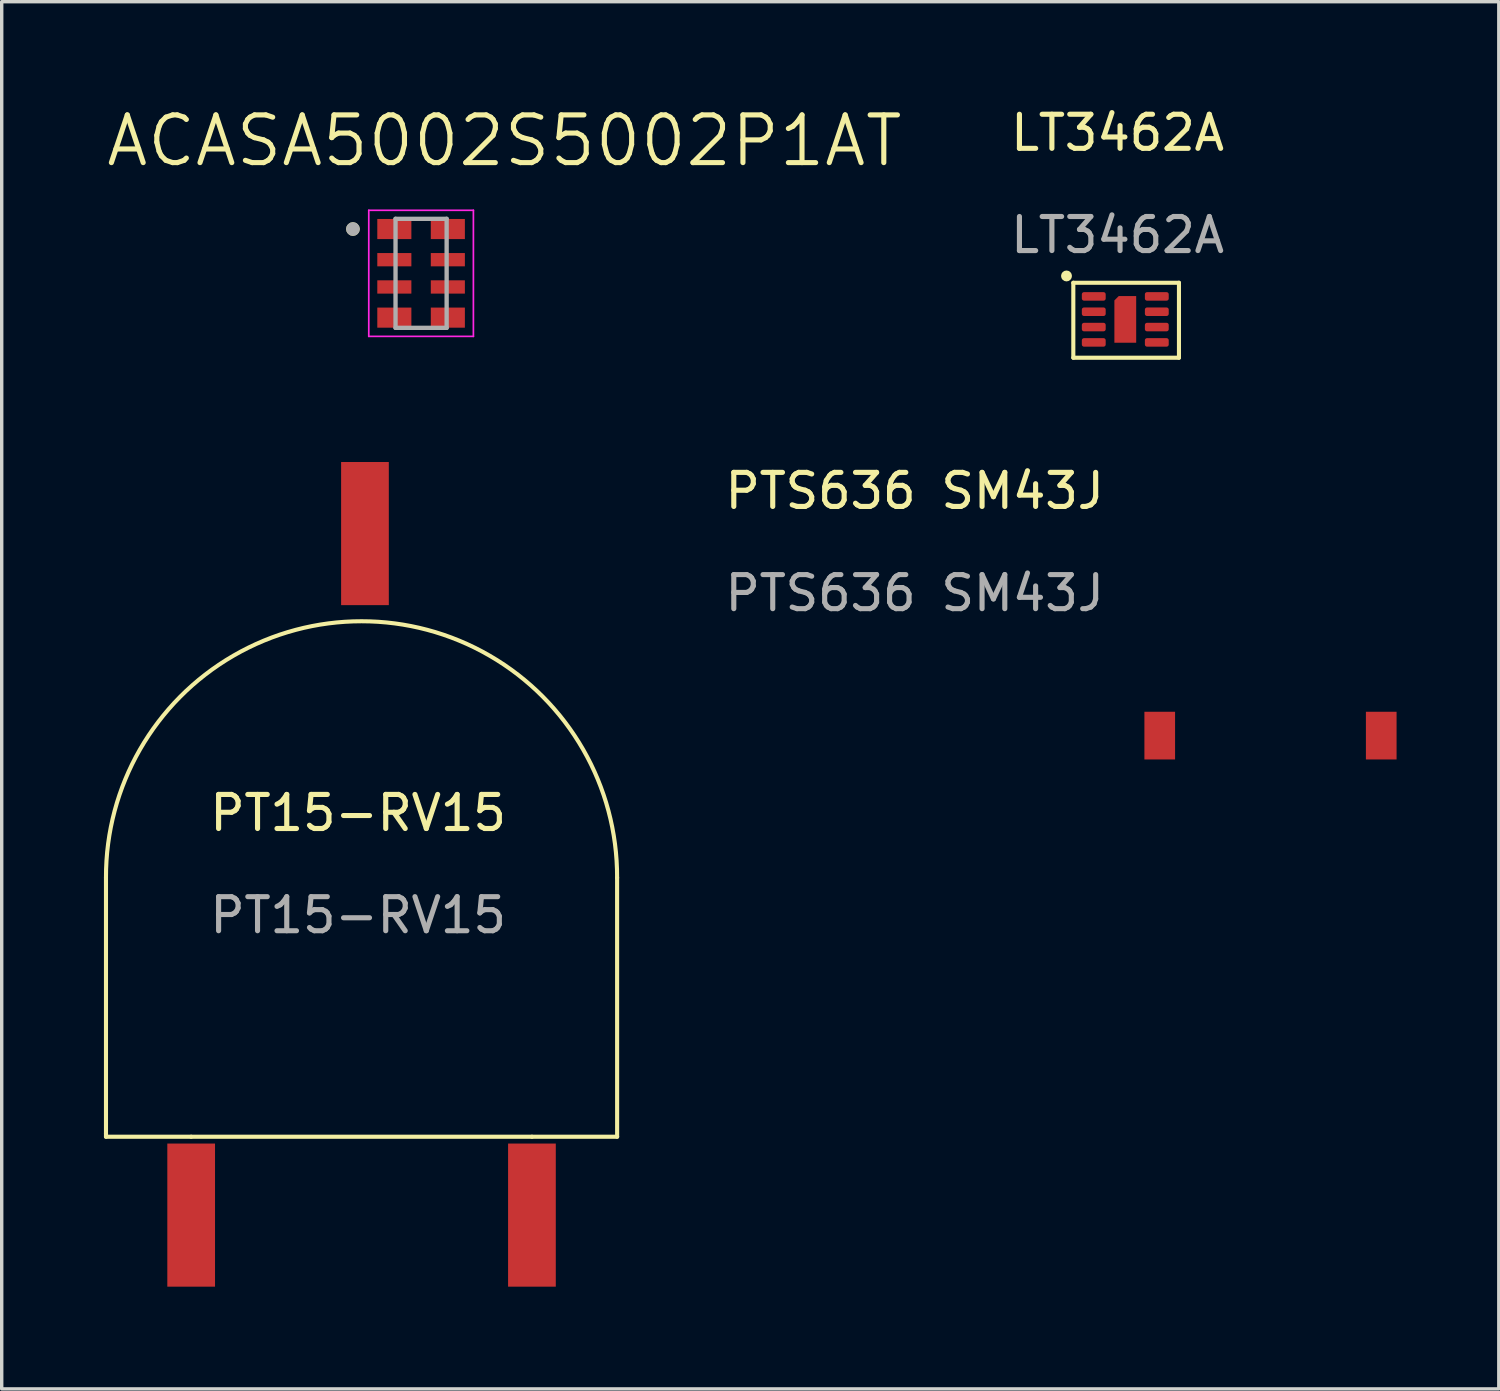
<source format=kicad_pcb>
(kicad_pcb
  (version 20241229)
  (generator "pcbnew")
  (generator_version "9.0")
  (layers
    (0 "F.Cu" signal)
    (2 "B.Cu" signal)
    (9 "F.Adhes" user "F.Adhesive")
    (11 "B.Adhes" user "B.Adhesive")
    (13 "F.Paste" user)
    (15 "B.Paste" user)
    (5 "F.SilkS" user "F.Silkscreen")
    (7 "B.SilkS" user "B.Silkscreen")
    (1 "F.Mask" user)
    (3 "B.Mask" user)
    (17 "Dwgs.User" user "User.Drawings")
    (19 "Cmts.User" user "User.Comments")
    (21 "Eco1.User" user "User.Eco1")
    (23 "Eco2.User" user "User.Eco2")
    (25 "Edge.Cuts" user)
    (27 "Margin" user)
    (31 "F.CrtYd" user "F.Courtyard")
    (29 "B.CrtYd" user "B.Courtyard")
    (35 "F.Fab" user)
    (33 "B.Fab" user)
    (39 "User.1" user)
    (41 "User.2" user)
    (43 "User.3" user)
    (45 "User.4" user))
  (footprint "PTS636 SM43J"
    (layer "F.Cu")
    (at 30.983 18.537)
    (property "Reference" "PTS636 SM43J" (at -7.19 -7.18 0) (unlocked yes) (layer "F.SilkS") (effects (font (size 1 1) (thickness 0.15))))
    (attr smd)
    (fp_text user "${REFERENCE}" (at -7.19 -4.18 0) (unlocked yes) (layer "F.Fab") (effects (font (size 1 1) (thickness 0.15))))
    (pad "1" smd rect (at 0 0) (size 0.9 1.4) (layers "F.Cu" "F.Mask" "F.Paste"))
    (pad "2" smd rect (at 6.5 0) (size 0.9 1.4) (layers "F.Cu" "F.Mask" "F.Paste"))
    (zone (net_name "") (layer "F.Cu") (hatch edge 0.508) (connect_pads) (min_thickness 0.254) (filled_areas_thickness no) (keepout (tracks not_allowed) (vias not_allowed) (pads not_allowed) (copperpour allowed) (footprints allowed)) (placement (enabled no)) (fill) (polygon (pts (xy 37.483 20.337) (xy 30.983 20.337) (xy 30.983 16.736) (xy 37.483 16.736)))))
  (footprint "PT15-RV15"
    (layer "F.Cu")
    (at 7.56 22.708)
    (property "Reference" "PT15-RV15" (at -0.1 -1.9 0) (unlocked yes) (layer "F.SilkS") (effects (font (size 1 1) (thickness 0.15))))
    (fp_line (start -7.5 0) (end -7.5 7.5) (stroke (width 0.12) (type solid)) (layer "F.SilkS"))
    (fp_line (start -7.5 7.5) (end -7.5 7.6) (stroke (width 0.12) (type solid)) (layer "F.SilkS"))
    (fp_line (start -5 7.6) (end -7.5 7.6) (stroke (width 0.12) (type solid)) (layer "F.SilkS"))
    (fp_line (start -5 7.6) (end 5 7.6) (stroke (width 0.12) (type solid)) (layer "F.SilkS"))
    (fp_line (start 5 7.6) (end 7.5 7.6) (stroke (width 0.12) (type solid)) (layer "F.SilkS"))
    (fp_line (start 7.499 0) (end 7.5 7.6) (stroke (width 0.12) (type solid)) (layer "F.SilkS"))
    (fp_arc (start -7.5 0) (mid -0.000333 -7.499667) (end 7.499333 0) (stroke (width 0.12) (type solid)) (layer "F.SilkS"))
    (fp_text user "${REFERENCE}" (at -0.1 1.1 0) (unlocked yes) (layer "F.Fab") (effects (font (size 1 1) (thickness 0.15))))
    (pad "1" smd rect (at -5 9.9) (size 1.4 4.2) (layers "F.Cu" "F.Mask" "F.Paste"))
    (pad "2" smd rect (at 0.1 -10.1) (size 1.4 4.2) (layers "F.Cu" "F.Mask" "F.Paste"))
    (pad "3" smd rect (at 5 9.9) (size 1.4 4.2) (layers "F.Cu" "F.Mask" "F.Paste")))
  (footprint "LT3462A"
    (layer "F.Cu")
    (at 29.047 5.648)
    (property "Reference" "LT3462A" (at 0.7 -4.8 0) (unlocked yes) (layer "F.SilkS") (effects (font (size 1 1) (thickness 0.15))))
    (attr smd)
    (fp_line (start -0.6 -0.4) (end 2.5 -0.4) (stroke (width 0.12) (type solid)) (layer "F.SilkS"))
    (fp_line (start -0.6 1.8) (end -0.6 -0.4) (stroke (width 0.12) (type solid)) (layer "F.SilkS"))
    (fp_line (start 2.5 -0.4) (end 2.5 1.8) (stroke (width 0.12) (type solid)) (layer "F.SilkS"))
    (fp_line (start 2.5 1.8) (end -0.6 1.8) (stroke (width 0.12) (type solid)) (layer "F.SilkS"))
    (fp_circle (center -0.8 -0.6) (end -0.8 -0.7) (stroke (width 0.12) (type solid)) (fill no) (layer "F.SilkS"))
    (fp_circle (center -0.8 -0.6) (end -0.8 -0.6) (stroke (width 0.12) (type solid)) (fill no) (layer "F.SilkS"))
    (fp_text user "${REFERENCE}" (at 0.7 -1.8 0) (unlocked yes) (layer "F.Fab") (effects (font (size 1 1) (thickness 0.15))))
    (pad "1" smd roundrect (at 0 0) (size 0.7 0.25) (layers "F.Cu" "F.Mask" "F.Paste") (roundrect_rratio 0.25))
    (pad "2" smd roundrect (at 0 0.45) (size 0.7 0.25) (layers "F.Cu" "F.Mask" "F.Paste") (roundrect_rratio 0.25))
    (pad "3" smd roundrect (at 0 0.9) (size 0.7 0.25) (layers "F.Cu" "F.Mask" "F.Paste") (roundrect_rratio 0.25))
    (pad "4" smd roundrect (at 0 1.35) (size 0.7 0.25) (layers "F.Cu" "F.Mask" "F.Paste") (roundrect_rratio 0.25))
    (pad "5" smd roundrect (at 1.85 1.35) (size 0.7 0.25) (layers "F.Cu" "F.Mask" "F.Paste") (roundrect_rratio 0.25))
    (pad "6" smd roundrect (at 1.85 0.9) (size 0.7 0.25) (layers "F.Cu" "F.Mask" "F.Paste") (roundrect_rratio 0.25))
    (pad "7" smd roundrect (at 1.85 0.45) (size 0.7 0.25) (layers "F.Cu" "F.Mask" "F.Paste") (roundrect_rratio 0.25))
    (pad "8" smd roundrect (at 1.85 0) (size 0.7 0.25) (layers "F.Cu" "F.Mask" "F.Paste") (roundrect_rratio 0.25))
    (pad "9" smd roundrect (at 0.925 0.675) (size 0.64 1.37) (layers "F.Cu" "F.Mask" "F.Paste") (roundrect_rratio 0) (chamfer_ratio 0.2) (chamfer top_left)))
  (footprint "ACASA5002S5002P1AT"
    (layer "F.Cu")
    (at 9.307 4.971)
    (property "Reference" "ACASA5002S5002P1AT" (at 2.445 -3.889 0) (layer "F.SilkS") (effects (font (size 1.4 1.4) (thickness 0.15))))
    (attr through_hole)
    (fp_circle (center -2 -1.3) (end -1.9 -1.3) (stroke (width 0.2) (type solid)) (fill no) (layer "F.SilkS"))
    (fp_line (start -1.535 -1.85) (end -1.535 1.85) (stroke (width 0.05) (type solid)) (layer "F.CrtYd"))
    (fp_line (start -1.535 1.85) (end 1.535 1.85) (stroke (width 0.05) (type solid)) (layer "F.CrtYd"))
    (fp_line (start 1.535 -1.85) (end -1.535 -1.85) (stroke (width 0.05) (type solid)) (layer "F.CrtYd"))
    (fp_line (start 1.535 1.85) (end 1.535 -1.85) (stroke (width 0.05) (type solid)) (layer "F.CrtYd"))
    (fp_line (start -0.75 -1.6) (end -0.75 1.6) (stroke (width 0.127) (type solid)) (layer "F.Fab"))
    (fp_line (start -0.75 1.6) (end 0.75 1.6) (stroke (width 0.127) (type solid)) (layer "F.Fab"))
    (fp_line (start 0.75 -1.6) (end -0.75 -1.6) (stroke (width 0.127) (type solid)) (layer "F.Fab"))
    (fp_line (start 0.75 1.6) (end 0.75 -1.6) (stroke (width 0.127) (type solid)) (layer "F.Fab"))
    (fp_circle (center -2 -1.3) (end -1.9 -1.3) (stroke (width 0.2) (type solid)) (fill no) (layer "F.Fab"))
    (pad "1" smd rect (at -0.785 -1.3 270) (size 0.59 1) (layers "F.Cu" "F.Mask" "F.Paste"))
    (pad "2" smd rect (at -0.785 -0.4 270) (size 0.39 1) (layers "F.Cu" "F.Mask" "F.Paste"))
    (pad "3" smd rect (at -0.785 0.4 270) (size 0.39 1) (layers "F.Cu" "F.Mask" "F.Paste"))
    (pad "4" smd rect (at -0.785 1.3 270) (size 0.59 1) (layers "F.Cu" "F.Mask" "F.Paste"))
    (pad "5" smd rect (at 0.785 1.3 90) (size 0.59 1) (layers "F.Cu" "F.Mask" "F.Paste"))
    (pad "6" smd rect (at 0.785 0.4 90) (size 0.39 1) (layers "F.Cu" "F.Mask" "F.Paste"))
    (pad "7" smd rect (at 0.785 -0.4 90) (size 0.39 1) (layers "F.Cu" "F.Mask" "F.Paste"))
    (pad "8" smd rect (at 0.785 -1.3 90) (size 0.59 1) (layers "F.Cu" "F.Mask" "F.Paste")))
  (gr_rect
    (start -3 -3)
    (end 40.933 37.708)
    (stroke (width 0.1) (type default))
    (fill no)
    (layer "Edge.Cuts")))
</source>
